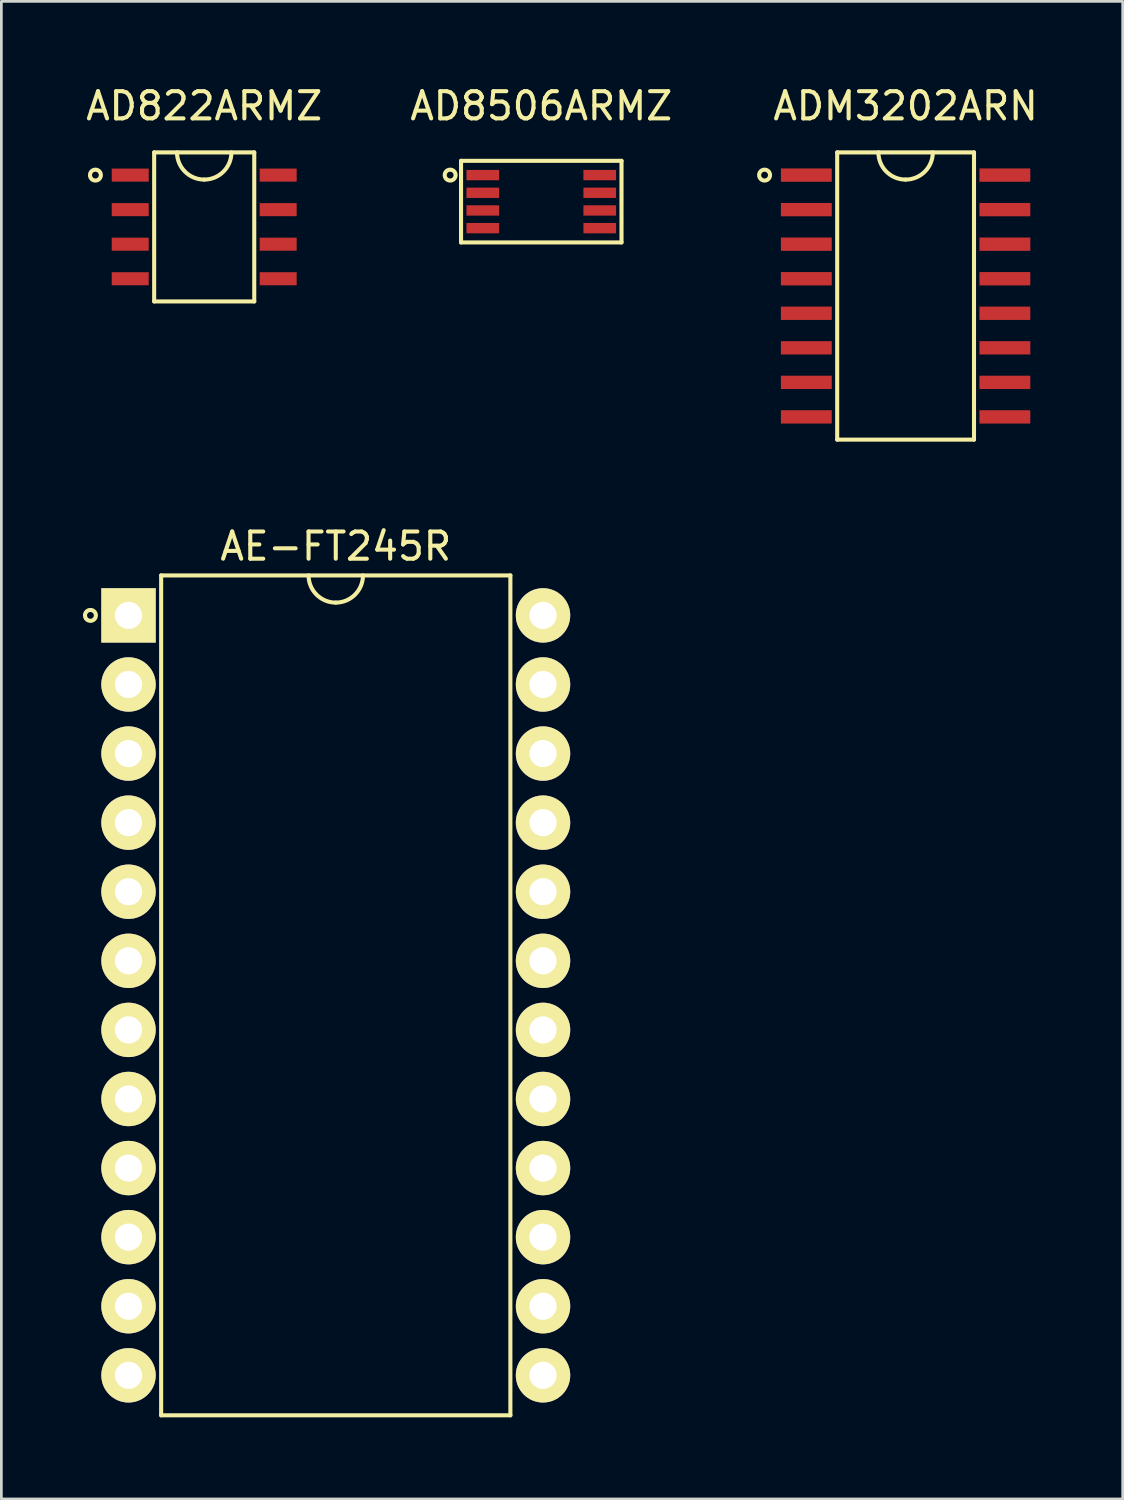
<source format=kicad_pcb>
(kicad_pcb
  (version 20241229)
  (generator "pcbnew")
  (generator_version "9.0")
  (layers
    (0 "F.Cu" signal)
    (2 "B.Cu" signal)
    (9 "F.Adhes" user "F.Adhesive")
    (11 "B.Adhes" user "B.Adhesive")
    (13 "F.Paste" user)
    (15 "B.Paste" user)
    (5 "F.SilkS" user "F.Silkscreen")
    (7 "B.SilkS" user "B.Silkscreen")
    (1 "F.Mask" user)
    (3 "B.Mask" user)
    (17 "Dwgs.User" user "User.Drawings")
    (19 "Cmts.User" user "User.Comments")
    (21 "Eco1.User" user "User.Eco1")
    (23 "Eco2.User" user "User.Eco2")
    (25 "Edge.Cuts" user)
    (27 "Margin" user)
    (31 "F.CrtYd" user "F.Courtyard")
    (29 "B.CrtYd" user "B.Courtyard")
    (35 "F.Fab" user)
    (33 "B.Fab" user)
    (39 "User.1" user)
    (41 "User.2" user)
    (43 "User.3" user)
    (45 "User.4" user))
  (footprint "ADM3202ARN"
    (layer "F.Cu")
    (at 26.596 3.388)
    (property "Reference" "ADM3202ARN" (at 3.65 -2.54 0) (layer "F.SilkS") (effects (font (size 1 1) (thickness 0.15))))
    (attr through_hole)
    (fp_line (start 1.135 -0.835) (end 6.165 -0.835) (stroke (width 0.15) (type solid)) (layer "F.SilkS"))
    (fp_line (start 1.135 9.725) (end 1.135 -0.835) (stroke (width 0.15) (type solid)) (layer "F.SilkS"))
    (fp_line (start 6.165 -0.835) (end 6.165 9.725) (stroke (width 0.15) (type solid)) (layer "F.SilkS"))
    (fp_line (start 6.165 9.725) (end 1.135 9.725) (stroke (width 0.15) (type solid)) (layer "F.SilkS"))
    (fp_arc (start 3.65 0.165) (mid 2.942893 -0.127893) (end 2.65 -0.835) (stroke (width 0.15) (type solid)) (layer "F.SilkS"))
    (fp_arc (start 4.65 -0.835) (mid 4.357107 -0.127893) (end 3.65 0.165) (stroke (width 0.15) (type solid)) (layer "F.SilkS"))
    (fp_circle (center -1.535 0) (end -1.535 0.2) (stroke (width 0.15) (type solid)) (fill no) (layer "F.SilkS"))
    (pad "1" smd rect (at 0 0) (size 1.87 0.49) (layers "F.Cu" "F.Mask" "F.Paste"))
    (pad "2" smd rect (at 0 1.27) (size 1.87 0.49) (layers "F.Cu" "F.Mask" "F.Paste"))
    (pad "3" smd rect (at 0 2.54) (size 1.87 0.49) (layers "F.Cu" "F.Mask" "F.Paste"))
    (pad "4" smd rect (at 0 3.81) (size 1.87 0.49) (layers "F.Cu" "F.Mask" "F.Paste"))
    (pad "5" smd rect (at 0 5.08) (size 1.87 0.49) (layers "F.Cu" "F.Mask" "F.Paste"))
    (pad "6" smd rect (at 0 6.35) (size 1.87 0.49) (layers "F.Cu" "F.Mask" "F.Paste"))
    (pad "7" smd rect (at 0 7.62) (size 1.87 0.49) (layers "F.Cu" "F.Mask" "F.Paste"))
    (pad "8" smd rect (at 0 8.89) (size 1.87 0.49) (layers "F.Cu" "F.Mask" "F.Paste"))
    (pad "9" smd rect (at 7.3 8.89) (size 1.87 0.49) (layers "F.Cu" "F.Mask" "F.Paste"))
    (pad "10" smd rect (at 7.3 7.62) (size 1.87 0.49) (layers "F.Cu" "F.Mask" "F.Paste"))
    (pad "11" smd rect (at 7.3 6.35) (size 1.87 0.49) (layers "F.Cu" "F.Mask" "F.Paste"))
    (pad "12" smd rect (at 7.3 5.08) (size 1.87 0.49) (layers "F.Cu" "F.Mask" "F.Paste"))
    (pad "13" smd rect (at 7.3 3.81) (size 1.87 0.49) (layers "F.Cu" "F.Mask" "F.Paste"))
    (pad "14" smd rect (at 7.3 2.54) (size 1.87 0.49) (layers "F.Cu" "F.Mask" "F.Paste"))
    (pad "15" smd rect (at 7.3 1.27) (size 1.87 0.49) (layers "F.Cu" "F.Mask" "F.Paste"))
    (pad "16" smd rect (at 7.3 0) (size 1.87 0.49) (layers "F.Cu" "F.Mask" "F.Paste")))
  (footprint "AE-FT245R"
    (layer "F.Cu")
    (at 1.675 19.576)
    (property "Reference" "AE-FT245R" (at 7.62 -2.54 0) (layer "F.SilkS") (effects (font (size 1 1) (thickness 0.15))))
    (attr through_hole)
    (fp_line (start 1.2 -1.47) (end 14.04 -1.47) (stroke (width 0.15) (type solid)) (layer "F.SilkS"))
    (fp_line (start 1.2 29.41) (end 1.2 -1.47) (stroke (width 0.15) (type solid)) (layer "F.SilkS"))
    (fp_line (start 14.04 -1.47) (end 14.04 29.41) (stroke (width 0.15) (type solid)) (layer "F.SilkS"))
    (fp_line (start 14.04 29.41) (end 1.2 29.41) (stroke (width 0.15) (type solid)) (layer "F.SilkS"))
    (fp_arc (start 7.62 -0.47) (mid 6.912893 -0.762893) (end 6.62 -1.47) (stroke (width 0.15) (type solid)) (layer "F.SilkS"))
    (fp_arc (start 8.62 -1.47) (mid 8.327107 -0.762893) (end 7.62 -0.47) (stroke (width 0.15) (type solid)) (layer "F.SilkS"))
    (fp_circle (center -1.4 0) (end -1.4 0.2) (stroke (width 0.15) (type solid)) (fill no) (layer "F.SilkS"))
    (pad "1" thru_hole rect (at 0 0) (size 2 2) (drill 1) (layers "*.Cu" "*.Mask" "F.SilkS"))
    (pad "2" thru_hole circle (at 0 2.54) (size 2 2) (drill 1) (layers "*.Cu" "*.Mask" "F.SilkS"))
    (pad "3" thru_hole circle (at 0 5.08) (size 2 2) (drill 1) (layers "*.Cu" "*.Mask" "F.SilkS"))
    (pad "4" thru_hole circle (at 0 7.62) (size 2 2) (drill 1) (layers "*.Cu" "*.Mask" "F.SilkS"))
    (pad "5" thru_hole circle (at 0 10.16) (size 2 2) (drill 1) (layers "*.Cu" "*.Mask" "F.SilkS"))
    (pad "6" thru_hole circle (at 0 12.7) (size 2 2) (drill 1) (layers "*.Cu" "*.Mask" "F.SilkS"))
    (pad "7" thru_hole circle (at 0 15.24) (size 2 2) (drill 1) (layers "*.Cu" "*.Mask" "F.SilkS"))
    (pad "8" thru_hole circle (at 0 17.78) (size 2 2) (drill 1) (layers "*.Cu" "*.Mask" "F.SilkS"))
    (pad "9" thru_hole circle (at 0 20.32) (size 2 2) (drill 1) (layers "*.Cu" "*.Mask" "F.SilkS"))
    (pad "10" thru_hole circle (at 0 22.86) (size 2 2) (drill 1) (layers "*.Cu" "*.Mask" "F.SilkS"))
    (pad "11" thru_hole circle (at 0 25.4) (size 2 2) (drill 1) (layers "*.Cu" "*.Mask" "F.SilkS"))
    (pad "12" thru_hole circle (at 0 27.94) (size 2 2) (drill 1) (layers "*.Cu" "*.Mask" "F.SilkS"))
    (pad "13" thru_hole circle (at 15.24 27.94) (size 2 2) (drill 1) (layers "*.Cu" "*.Mask" "F.SilkS"))
    (pad "14" thru_hole circle (at 15.24 25.4) (size 2 2) (drill 1) (layers "*.Cu" "*.Mask" "F.SilkS"))
    (pad "15" thru_hole circle (at 15.24 22.86) (size 2 2) (drill 1) (layers "*.Cu" "*.Mask" "F.SilkS"))
    (pad "16" thru_hole circle (at 15.24 20.32) (size 2 2) (drill 1) (layers "*.Cu" "*.Mask" "F.SilkS"))
    (pad "17" thru_hole circle (at 15.24 17.78) (size 2 2) (drill 1) (layers "*.Cu" "*.Mask" "F.SilkS"))
    (pad "18" thru_hole circle (at 15.24 15.24) (size 2 2) (drill 1) (layers "*.Cu" "*.Mask" "F.SilkS"))
    (pad "19" thru_hole circle (at 15.24 12.7) (size 2 2) (drill 1) (layers "*.Cu" "*.Mask" "F.SilkS"))
    (pad "20" thru_hole circle (at 15.24 10.16) (size 2 2) (drill 1) (layers "*.Cu" "*.Mask" "F.SilkS"))
    (pad "21" thru_hole circle (at 15.24 7.62) (size 2 2) (drill 1) (layers "*.Cu" "*.Mask" "F.SilkS"))
    (pad "22" thru_hole circle (at 15.24 5.08) (size 2 2) (drill 1) (layers "*.Cu" "*.Mask" "F.SilkS"))
    (pad "23" thru_hole circle (at 15.24 2.54) (size 2 2) (drill 1) (layers "*.Cu" "*.Mask" "F.SilkS"))
    (pad "24" thru_hole circle (at 15.24 0) (size 2 2) (drill 1) (layers "*.Cu" "*.Mask" "F.SilkS")))
  (footprint "AD822ARMZ"
    (layer "F.Cu")
    (at 1.738 3.388)
    (property "Reference" "AD822ARMZ" (at 2.72 -2.54 0) (layer "F.SilkS") (effects (font (size 1 1) (thickness 0.15))))
    (attr through_hole)
    (fp_line (start 0.88 -0.835) (end 4.56 -0.835) (stroke (width 0.15) (type solid)) (layer "F.SilkS"))
    (fp_line (start 0.88 4.645) (end 0.88 -0.835) (stroke (width 0.15) (type solid)) (layer "F.SilkS"))
    (fp_line (start 4.56 -0.835) (end 4.56 4.645) (stroke (width 0.15) (type solid)) (layer "F.SilkS"))
    (fp_line (start 4.56 4.645) (end 0.88 4.645) (stroke (width 0.15) (type solid)) (layer "F.SilkS"))
    (fp_arc (start 2.72 0.165) (mid 2.012893 -0.127893) (end 1.72 -0.835) (stroke (width 0.15) (type solid)) (layer "F.SilkS"))
    (fp_arc (start 3.72 -0.835) (mid 3.427107 -0.127893) (end 2.72 0.165) (stroke (width 0.15) (type solid)) (layer "F.SilkS"))
    (fp_circle (center -1.28 0) (end -1.28 0.2) (stroke (width 0.15) (type solid)) (fill no) (layer "F.SilkS"))
    (pad "1" smd rect (at 0 0) (size 1.36 0.48) (layers "F.Cu" "F.Mask" "F.Paste"))
    (pad "2" smd rect (at 0 1.27) (size 1.36 0.48) (layers "F.Cu" "F.Mask" "F.Paste"))
    (pad "3" smd rect (at 0 2.54) (size 1.36 0.48) (layers "F.Cu" "F.Mask" "F.Paste"))
    (pad "4" smd rect (at 0 3.81) (size 1.36 0.48) (layers "F.Cu" "F.Mask" "F.Paste"))
    (pad "5" smd rect (at 5.44 3.81) (size 1.36 0.48) (layers "F.Cu" "F.Mask" "F.Paste"))
    (pad "6" smd rect (at 5.44 2.54) (size 1.36 0.48) (layers "F.Cu" "F.Mask" "F.Paste"))
    (pad "7" smd rect (at 5.44 1.27) (size 1.36 0.48) (layers "F.Cu" "F.Mask" "F.Paste"))
    (pad "8" smd rect (at 5.44 0) (size 1.36 0.48) (layers "F.Cu" "F.Mask" "F.Paste")))
  (footprint "AD8506ARMZ"
    (layer "F.Cu")
    (at 14.701 3.388)
    (property "Reference" "AD8506ARMZ" (at 2.15 -2.54 0) (layer "F.SilkS") (effects (font (size 1 1) (thickness 0.15))))
    (attr through_hole)
    (fp_line (start -0.8 -0.525) (end 5.1 -0.525) (stroke (width 0.15) (type solid)) (layer "F.SilkS"))
    (fp_line (start -0.8 2.475) (end -0.8 -0.525) (stroke (width 0.15) (type solid)) (layer "F.SilkS"))
    (fp_line (start 5.1 -0.525) (end 5.1 2.475) (stroke (width 0.15) (type solid)) (layer "F.SilkS"))
    (fp_line (start 5.1 2.475) (end -0.8 2.475) (stroke (width 0.15) (type solid)) (layer "F.SilkS"))
    (fp_circle (center -1.2 0) (end -1.2 0.2) (stroke (width 0.15) (type solid)) (fill no) (layer "F.SilkS"))
    (pad "1" smd rect (at 0 0) (size 1.2 0.38) (layers "F.Cu" "F.Mask" "F.Paste"))
    (pad "2" smd rect (at 0 0.65) (size 1.2 0.38) (layers "F.Cu" "F.Mask" "F.Paste"))
    (pad "3" smd rect (at 0 1.3) (size 1.2 0.38) (layers "F.Cu" "F.Mask" "F.Paste"))
    (pad "4" smd rect (at 0 1.95) (size 1.2 0.38) (layers "F.Cu" "F.Mask" "F.Paste"))
    (pad "5" smd rect (at 4.3 1.95) (size 1.2 0.38) (layers "F.Cu" "F.Mask" "F.Paste"))
    (pad "6" smd rect (at 4.3 1.3) (size 1.2 0.38) (layers "F.Cu" "F.Mask" "F.Paste"))
    (pad "7" smd rect (at 4.3 0.65) (size 1.2 0.38) (layers "F.Cu" "F.Mask" "F.Paste"))
    (pad "8" smd rect (at 4.3 0) (size 1.2 0.38) (layers "F.Cu" "F.Mask" "F.Paste")))
  (gr_rect
    (start -3 -3)
    (end 38.228 52.062)
    (stroke (width 0.1) (type default))
    (fill no)
    (layer "Edge.Cuts")))
</source>
